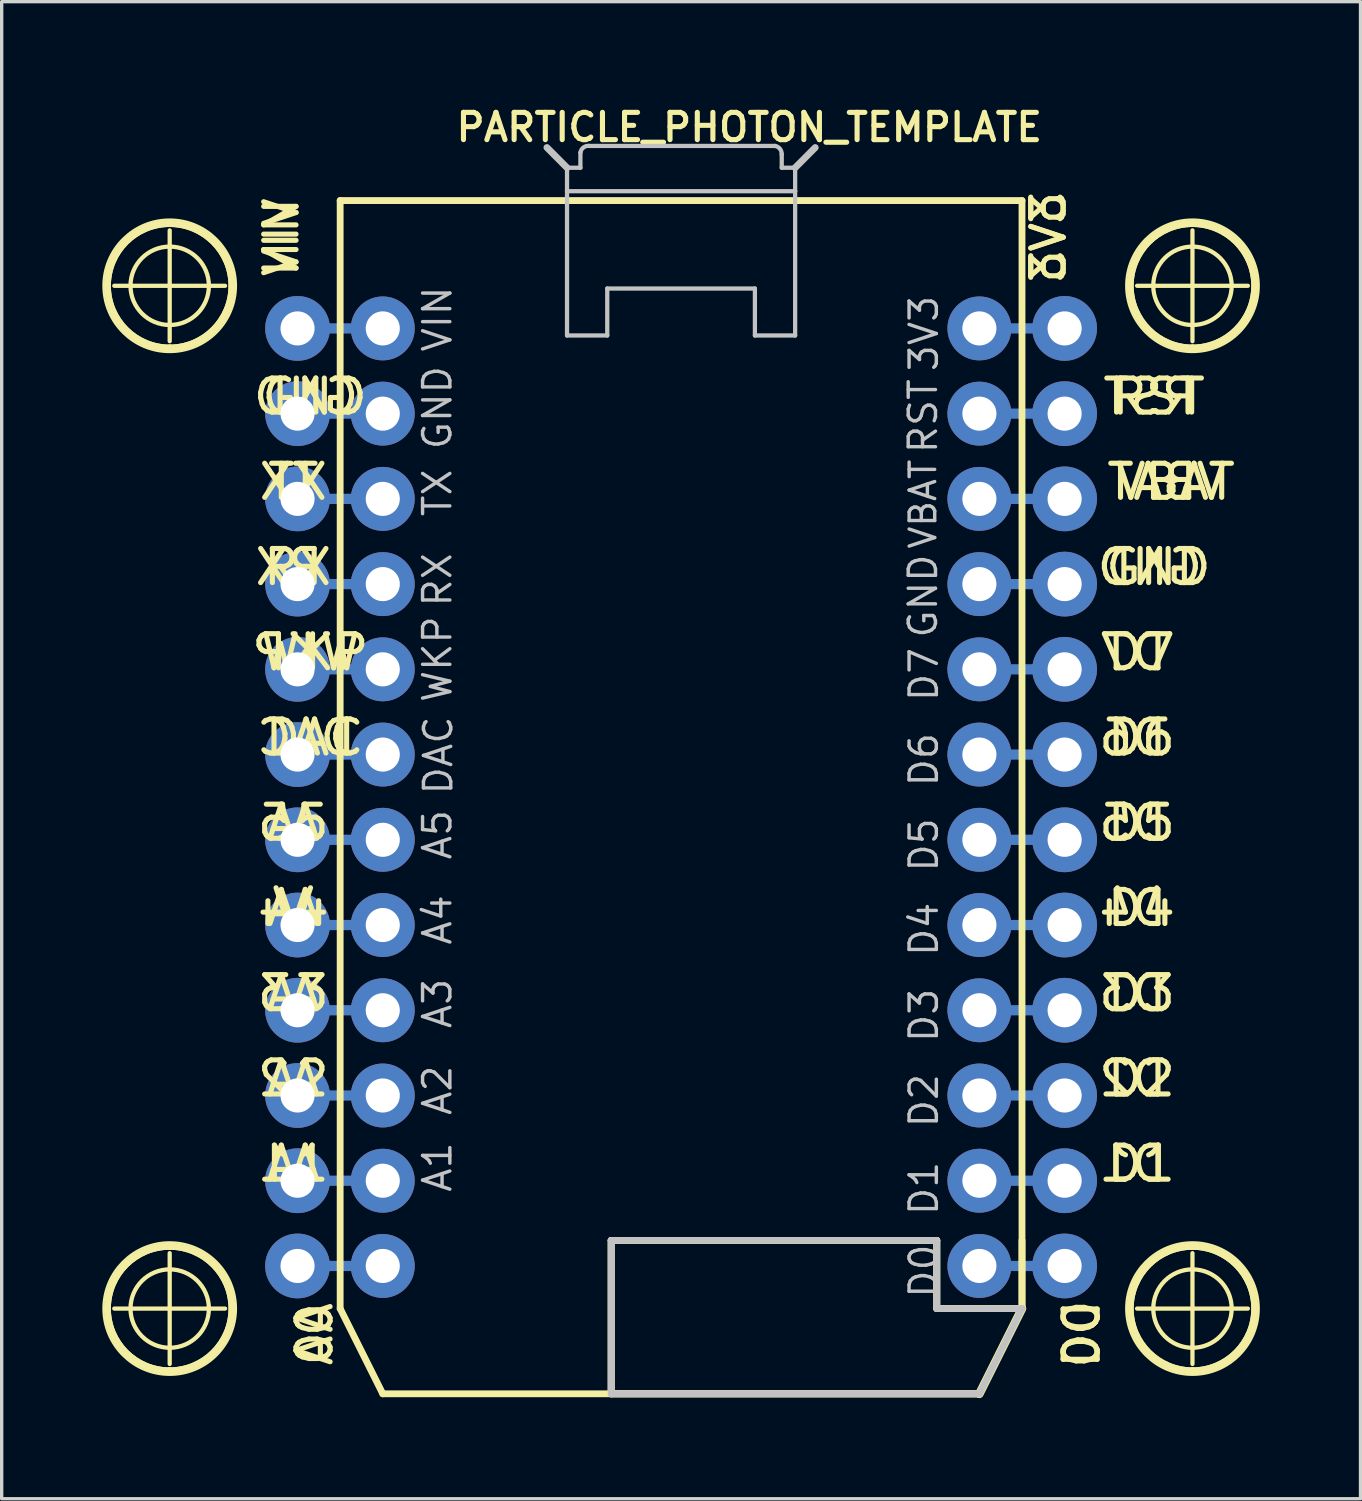
<source format=kicad_pcb>
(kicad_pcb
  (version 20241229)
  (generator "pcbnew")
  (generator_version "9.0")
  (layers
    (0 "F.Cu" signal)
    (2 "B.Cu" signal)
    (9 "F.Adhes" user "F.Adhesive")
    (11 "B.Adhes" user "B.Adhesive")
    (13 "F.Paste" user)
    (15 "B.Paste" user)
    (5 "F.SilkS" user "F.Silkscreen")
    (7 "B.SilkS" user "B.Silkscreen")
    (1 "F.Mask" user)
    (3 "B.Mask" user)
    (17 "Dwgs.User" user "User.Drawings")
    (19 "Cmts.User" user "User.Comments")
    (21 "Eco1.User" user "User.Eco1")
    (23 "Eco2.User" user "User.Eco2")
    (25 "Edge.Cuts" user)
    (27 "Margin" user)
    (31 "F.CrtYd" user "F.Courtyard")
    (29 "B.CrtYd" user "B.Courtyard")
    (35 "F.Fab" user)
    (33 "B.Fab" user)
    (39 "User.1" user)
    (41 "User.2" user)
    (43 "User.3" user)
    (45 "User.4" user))
  (footprint "PARTICLE_PHOTON_TEMPLATE"
    (layer "F.Cu")
    (at 17.247 20.707)
    (property "Reference" "PARTICLE_PHOTON_TEMPLATE" (at 2.032 -19.964 0) (layer "F.SilkS") (effects (font (size 0.813 0.813) (thickness 0.152))))
    (attr exclude_from_pos_files exclude_from_bom)
    (fp_line (start -11.43 -13.97) (end -8.89 -13.97) (stroke (width 0.305) (type solid)) (layer "B.Cu"))
    (fp_line (start -11.43 -8.89) (end -8.89 -8.89) (stroke (width 0.305) (type solid)) (layer "B.Cu"))
    (fp_line (start -11.43 -6.35) (end -8.89 -6.35) (stroke (width 0.305) (type solid)) (layer "B.Cu"))
    (fp_line (start -11.43 -3.81) (end -8.89 -3.81) (stroke (width 0.305) (type solid)) (layer "B.Cu"))
    (fp_line (start -11.43 -1.27) (end -8.89 -1.27) (stroke (width 0.305) (type solid)) (layer "B.Cu"))
    (fp_line (start -11.43 1.27) (end -8.89 1.27) (stroke (width 0.305) (type solid)) (layer "B.Cu"))
    (fp_line (start -11.43 3.81) (end -8.89 3.81) (stroke (width 0.305) (type solid)) (layer "B.Cu"))
    (fp_line (start -11.43 6.35) (end -8.89 6.35) (stroke (width 0.305) (type solid)) (layer "B.Cu"))
    (fp_line (start -11.43 8.89) (end -8.89 8.89) (stroke (width 0.305) (type solid)) (layer "B.Cu"))
    (fp_line (start -11.43 11.43) (end -8.89 11.43) (stroke (width 0.305) (type solid)) (layer "B.Cu"))
    (fp_line (start -11.43 13.97) (end -8.89 13.97) (stroke (width 0.305) (type solid)) (layer "B.Cu"))
    (fp_line (start -8.89 -11.43) (end -11.43 -11.43) (stroke (width 0.305) (type solid)) (layer "B.Cu"))
    (fp_line (start 8.89 -13.97) (end 11.43 -13.97) (stroke (width 0.305) (type solid)) (layer "B.Cu"))
    (fp_line (start 8.89 -11.43) (end 11.43 -11.43) (stroke (width 0.305) (type solid)) (layer "B.Cu"))
    (fp_line (start 8.89 -8.89) (end 11.43 -8.89) (stroke (width 0.305) (type solid)) (layer "B.Cu"))
    (fp_line (start 8.89 -6.35) (end 11.43 -6.35) (stroke (width 0.305) (type solid)) (layer "B.Cu"))
    (fp_line (start 8.89 -3.81) (end 11.43 -3.81) (stroke (width 0.305) (type solid)) (layer "B.Cu"))
    (fp_line (start 8.89 -1.27) (end 11.43 -1.27) (stroke (width 0.305) (type solid)) (layer "B.Cu"))
    (fp_line (start 8.89 1.27) (end 11.43 1.27) (stroke (width 0.305) (type solid)) (layer "B.Cu"))
    (fp_line (start 8.89 3.81) (end 11.43 3.81) (stroke (width 0.305) (type solid)) (layer "B.Cu"))
    (fp_line (start 8.89 6.35) (end 11.43 6.35) (stroke (width 0.305) (type solid)) (layer "B.Cu"))
    (fp_line (start 8.89 8.89) (end 11.43 8.89) (stroke (width 0.305) (type solid)) (layer "B.Cu"))
    (fp_line (start 8.89 11.43) (end 11.43 11.43) (stroke (width 0.305) (type solid)) (layer "B.Cu"))
    (fp_line (start 8.89 13.97) (end 11.43 13.97) (stroke (width 0.305) (type solid)) (layer "B.Cu"))
    (fp_line (start -16.891 -15.24) (end -13.589 -15.24) (stroke (width 0.127) (type solid)) (layer "F.SilkS"))
    (fp_line (start -16.891 15.24) (end -13.589 15.24) (stroke (width 0.127) (type solid)) (layer "F.SilkS"))
    (fp_line (start -15.24 -13.589) (end -15.24 -16.891) (stroke (width 0.127) (type solid)) (layer "F.SilkS"))
    (fp_line (start -15.24 16.891) (end -15.24 13.589) (stroke (width 0.127) (type solid)) (layer "F.SilkS"))
    (fp_line (start -10.16 -17.78) (end 10.16 -17.78) (stroke (width 0.203) (type solid)) (layer "F.SilkS"))
    (fp_line (start -10.16 15.24) (end -10.16 -17.78) (stroke (width 0.203) (type solid)) (layer "F.SilkS"))
    (fp_line (start -8.89 17.78) (end -10.16 15.24) (stroke (width 0.203) (type solid)) (layer "F.SilkS"))
    (fp_line (start -2.083 13.208) (end -2.083 17.78) (stroke (width 0.203) (type solid)) (layer "F.SilkS"))
    (fp_line (start -2.083 13.208) (end -2.083 17.78) (stroke (width 0.203) (type solid)) (layer "F.SilkS"))
    (fp_line (start -2.083 17.78) (end 8.89 17.78) (stroke (width 0.203) (type solid)) (layer "F.SilkS"))
    (fp_line (start -2.083 17.78) (end 8.89 17.78) (stroke (width 0.203) (type solid)) (layer "F.SilkS"))
    (fp_line (start 7.62 13.208) (end -2.083 13.208) (stroke (width 0.203) (type solid)) (layer "F.SilkS"))
    (fp_line (start 7.62 13.208) (end -2.083 13.208) (stroke (width 0.203) (type solid)) (layer "F.SilkS"))
    (fp_line (start 7.62 15.24) (end 7.62 13.208) (stroke (width 0.203) (type solid)) (layer "F.SilkS"))
    (fp_line (start 7.62 15.24) (end 7.62 13.208) (stroke (width 0.203) (type solid)) (layer "F.SilkS"))
    (fp_line (start 8.89 17.78) (end -8.89 17.78) (stroke (width 0.203) (type solid)) (layer "F.SilkS"))
    (fp_line (start 8.89 17.78) (end 10.16 15.24) (stroke (width 0.203) (type solid)) (layer "F.SilkS"))
    (fp_line (start 8.89 17.78) (end 10.16 15.24) (stroke (width 0.203) (type solid)) (layer "F.SilkS"))
    (fp_line (start 10.16 -17.78) (end 10.16 15.24) (stroke (width 0.203) (type solid)) (layer "F.SilkS"))
    (fp_line (start 10.16 13.208) (end 10.16 15.24) (stroke (width 0.203) (type solid)) (layer "F.SilkS"))
    (fp_line (start 10.16 15.24) (end 7.62 15.24) (stroke (width 0.203) (type solid)) (layer "F.SilkS"))
    (fp_line (start 10.16 15.24) (end 7.62 15.24) (stroke (width 0.203) (type solid)) (layer "F.SilkS"))
    (fp_line (start 10.16 15.24) (end 8.89 17.78) (stroke (width 0.254) (type solid)) (layer "F.SilkS"))
    (fp_line (start 13.589 -15.24) (end 16.891 -15.24) (stroke (width 0.127) (type solid)) (layer "F.SilkS"))
    (fp_line (start 13.589 15.24) (end 16.891 15.24) (stroke (width 0.127) (type solid)) (layer "F.SilkS"))
    (fp_line (start 15.24 -13.589) (end 15.24 -16.891) (stroke (width 0.127) (type solid)) (layer "F.SilkS"))
    (fp_line (start 15.24 16.891) (end 15.24 13.589) (stroke (width 0.127) (type solid)) (layer "F.SilkS"))
    (fp_arc (start -15.24 -17.0942) (mid -13.3858 -15.24) (end -15.24 -13.3858) (stroke (width 0.2032) (type solid)) (layer "F.SilkS"))
    (fp_arc (start -15.24 -17.0942) (mid -13.3858 -15.24) (end -15.24 -13.3858) (stroke (width 0.2032) (type solid)) (layer "F.SilkS"))
    (fp_arc (start -15.24 -13.3858) (mid -17.0942 -15.24) (end -15.24 -17.0942) (stroke (width 0.2032) (type solid)) (layer "F.SilkS"))
    (fp_arc (start -15.24 -13.3858) (mid -17.0942 -15.24) (end -15.24 -17.0942) (stroke (width 0.2032) (type solid)) (layer "F.SilkS"))
    (fp_arc (start -15.24 13.3858) (mid -13.3858 15.24) (end -15.24 17.0942) (stroke (width 0.2032) (type solid)) (layer "F.SilkS"))
    (fp_arc (start -15.24 13.3858) (mid -13.3858 15.24) (end -15.24 17.0942) (stroke (width 0.2032) (type solid)) (layer "F.SilkS"))
    (fp_arc (start -15.24 17.0942) (mid -17.0942 15.24) (end -15.24 13.3858) (stroke (width 0.2032) (type solid)) (layer "F.SilkS"))
    (fp_arc (start -15.24 17.0942) (mid -17.0942 15.24) (end -15.24 13.3858) (stroke (width 0.2032) (type solid)) (layer "F.SilkS"))
    (fp_arc (start 15.24 -17.0942) (mid 17.0942 -15.24) (end 15.24 -13.3858) (stroke (width 0.2032) (type solid)) (layer "F.SilkS"))
    (fp_arc (start 15.24 -17.0942) (mid 17.0942 -15.24) (end 15.24 -13.3858) (stroke (width 0.2032) (type solid)) (layer "F.SilkS"))
    (fp_arc (start 15.24 -13.3858) (mid 13.3858 -15.24) (end 15.24 -17.0942) (stroke (width 0.2032) (type solid)) (layer "F.SilkS"))
    (fp_arc (start 15.24 -13.3858) (mid 13.3858 -15.24) (end 15.24 -17.0942) (stroke (width 0.2032) (type solid)) (layer "F.SilkS"))
    (fp_arc (start 15.24 13.3858) (mid 17.0942 15.24) (end 15.24 17.0942) (stroke (width 0.2032) (type solid)) (layer "F.SilkS"))
    (fp_arc (start 15.24 13.3858) (mid 17.0942 15.24) (end 15.24 17.0942) (stroke (width 0.2032) (type solid)) (layer "F.SilkS"))
    (fp_arc (start 15.24 17.0942) (mid 13.3858 15.24) (end 15.24 13.3858) (stroke (width 0.2032) (type solid)) (layer "F.SilkS"))
    (fp_arc (start 15.24 17.0942) (mid 13.3858 15.24) (end 15.24 13.3858) (stroke (width 0.2032) (type solid)) (layer "F.SilkS"))
    (fp_circle (center -15.24 -15.24) (end -16.637 -16.637) (stroke (width 0.064) (type solid)) (fill no) (layer "F.SilkS"))
    (fp_circle (center -15.24 -15.24) (end -16.066 -16.066) (stroke (width 0.127) (type solid)) (fill no) (layer "F.SilkS"))
    (fp_circle (center -15.24 15.24) (end -16.637 16.637) (stroke (width 0.064) (type solid)) (fill no) (layer "F.SilkS"))
    (fp_circle (center -15.24 15.24) (end -16.066 16.066) (stroke (width 0.127) (type solid)) (fill no) (layer "F.SilkS"))
    (fp_circle (center 15.24 -15.24) (end 16.066 -16.066) (stroke (width 0.127) (type solid)) (fill no) (layer "F.SilkS"))
    (fp_circle (center 15.24 -15.24) (end 16.637 -16.637) (stroke (width 0.064) (type solid)) (fill no) (layer "F.SilkS"))
    (fp_circle (center 15.24 15.24) (end 16.066 16.066) (stroke (width 0.127) (type solid)) (fill no) (layer "F.SilkS"))
    (fp_circle (center 15.24 15.24) (end 16.637 16.637) (stroke (width 0.064) (type solid)) (fill no) (layer "F.SilkS"))
    (fp_line (start -3.399 -18.758) (end -3.998 -19.36) (stroke (width 0.203) (type solid)) (layer "Dwgs.User"))
    (fp_line (start -3.399 -18.059) (end -3.399 -18.758) (stroke (width 0.127) (type solid)) (layer "Dwgs.User"))
    (fp_line (start -3.399 -13.759) (end -3.399 -18.059) (stroke (width 0.127) (type solid)) (layer "Dwgs.User"))
    (fp_line (start -3.399 -13.759) (end -2.2 -13.759) (stroke (width 0.127) (type solid)) (layer "Dwgs.User"))
    (fp_line (start -3 -19.207) (end -3 -18.758) (stroke (width 0.127) (type solid)) (layer "Dwgs.User"))
    (fp_line (start -3 -18.758) (end -3.399 -18.758) (stroke (width 0.127) (type solid)) (layer "Dwgs.User"))
    (fp_line (start -2.2 -15.159) (end -2.2 -13.759) (stroke (width 0.127) (type solid)) (layer "Dwgs.User"))
    (fp_line (start -2.083 13.208) (end -2.083 17.78) (stroke (width 0.203) (type solid)) (layer "Dwgs.User"))
    (fp_line (start -2.083 17.78) (end 8.89 17.78) (stroke (width 0.203) (type solid)) (layer "Dwgs.User"))
    (fp_line (start 2.2 -15.159) (end -2.2 -15.159) (stroke (width 0.127) (type solid)) (layer "Dwgs.User"))
    (fp_line (start 2.2 -15.159) (end 2.2 -13.759) (stroke (width 0.127) (type solid)) (layer "Dwgs.User"))
    (fp_line (start 2.799 -19.408) (end -2.748 -19.408) (stroke (width 0.127) (type solid)) (layer "Dwgs.User"))
    (fp_line (start 3 -18.758) (end 3 -19.159) (stroke (width 0.127) (type solid)) (layer "Dwgs.User"))
    (fp_line (start 3.399 -18.758) (end 3 -18.758) (stroke (width 0.127) (type solid)) (layer "Dwgs.User"))
    (fp_line (start 3.399 -18.758) (end 3.399 -18.059) (stroke (width 0.127) (type solid)) (layer "Dwgs.User"))
    (fp_line (start 3.399 -18.758) (end 3.998 -19.36) (stroke (width 0.203) (type solid)) (layer "Dwgs.User"))
    (fp_line (start 3.399 -18.059) (end -3.399 -18.059) (stroke (width 0.127) (type solid)) (layer "Dwgs.User"))
    (fp_line (start 3.399 -18.059) (end 3.399 -13.759) (stroke (width 0.127) (type solid)) (layer "Dwgs.User"))
    (fp_line (start 3.399 -13.759) (end 2.2 -13.759) (stroke (width 0.127) (type solid)) (layer "Dwgs.User"))
    (fp_line (start 7.62 13.208) (end -2.083 13.208) (stroke (width 0.203) (type solid)) (layer "Dwgs.User"))
    (fp_line (start 7.62 15.24) (end 7.62 13.208) (stroke (width 0.203) (type solid)) (layer "Dwgs.User"))
    (fp_line (start 10.16 15.24) (end 7.62 15.24) (stroke (width 0.203) (type solid)) (layer "Dwgs.User"))
    (fp_line (start 10.16 15.24) (end 8.89 17.78) (stroke (width 0.203) (type solid)) (layer "Dwgs.User"))
    (fp_arc (start -2.99974 -19.20748) (mid -2.914465 -19.357069) (end -2.750764 -19.410461) (stroke (width 0.127) (type solid)) (layer "Dwgs.User"))
    (fp_arc (start 2.79908 -19.40814) (mid 2.946301 -19.321817) (end 2.997236 -19.158933) (stroke (width 0.127) (type solid)) (layer "Dwgs.User"))
    (fp_text user "DAC" (at -10.922 -1.778 0) (layer "F.SilkS") (effects (font (size 1.016 1.016) (thickness 0.152))))
    (fp_text user "D5" (at 13.462 0.762 0) (layer "F.SilkS") (effects (font (size 1.016 1.016) (thickness 0.152)) (justify mirror)))
    (fp_text user "A3" (at -11.43 5.842 0) (layer "F.SilkS") (effects (font (size 1.016 1.016) (thickness 0.152))))
    (fp_text user "GND" (at 13.97 -6.858 0) (layer "F.SilkS") (effects (font (size 1.016 1.016) (thickness 0.152)) (justify mirror)))
    (fp_text user "D4" (at 13.462 3.302 0) (layer "F.SilkS") (effects (font (size 1.016 1.016) (thickness 0.152)) (justify mirror)))
    (fp_text user "A4" (at -11.43 3.302 0) (layer "F.SilkS") (effects (font (size 1.016 1.016) (thickness 0.152))))
    (fp_text user "VIN" (at -11.913 -16.688 90) (layer "F.SilkS") (effects (font (size 0.965 0.965) (thickness 0.152)) (justify mirror)))
    (fp_text user "D4" (at 13.716 3.302 0) (layer "F.SilkS") (effects (font (size 1.016 1.016) (thickness 0.152))))
    (fp_text user "D5" (at 13.716 0.762 0) (layer "F.SilkS") (effects (font (size 1.016 1.016) (thickness 0.152))))
    (fp_text user "D3" (at 13.462 5.842 0) (layer "F.SilkS") (effects (font (size 1.016 1.016) (thickness 0.152)) (justify mirror)))
    (fp_text user "D7" (at 13.462 -4.318 0) (layer "F.SilkS") (effects (font (size 1.016 1.016) (thickness 0.152)) (justify mirror)))
    (fp_text user "D1" (at 13.462 10.922 0) (layer "F.SilkS") (effects (font (size 1.016 1.016) (thickness 0.152)) (justify mirror)))
    (fp_text user "D3" (at 13.716 5.842 0) (layer "F.SilkS") (effects (font (size 1.016 1.016) (thickness 0.152))))
    (fp_text user "D7" (at 13.716 -4.318 0) (layer "F.SilkS") (effects (font (size 1.016 1.016) (thickness 0.152))))
    (fp_text user "A3" (at -11.684 5.842 0) (layer "F.SilkS") (effects (font (size 1.016 1.016) (thickness 0.152)) (justify mirror)))
    (fp_text user "TX" (at -11.43 -9.398 0) (layer "F.SilkS") (effects (font (size 1.016 1.016) (thickness 0.152))))
    (fp_text user "A5" (at -11.684 0.762 0) (layer "F.SilkS") (effects (font (size 1.016 1.016) (thickness 0.152)) (justify mirror)))
    (fp_text user "TX" (at -11.684 -9.398 0) (layer "F.SilkS") (effects (font (size 1.016 1.016) (thickness 0.152)) (justify mirror)))
    (fp_text user "D2" (at 13.462 8.382 0) (layer "F.SilkS") (effects (font (size 1.016 1.016) (thickness 0.152)) (justify mirror)))
    (fp_text user "D0" (at 11.938 16.002 270) (layer "F.SilkS") (effects (font (size 1.016 1.016) (thickness 0.152))))
    (fp_text user "3V3" (at 10.947 -16.688 90) (layer "F.SilkS") (effects (font (size 0.965 0.965) (thickness 0.152)) (justify mirror)))
    (fp_text user "A4" (at -11.684 3.302 0) (layer "F.SilkS") (effects (font (size 1.016 1.016) (thickness 0.152)) (justify mirror)))
    (fp_text user "DAC" (at -11.176 -1.778 0) (layer "F.SilkS") (effects (font (size 1.016 1.016) (thickness 0.152)) (justify mirror)))
    (fp_text user "3V3" (at 10.947 -16.688 90) (layer "F.SilkS") (effects (font (size 0.965 0.965) (thickness 0.152))))
    (fp_text user "RST" (at 14.224 -11.938 0) (layer "F.SilkS") (effects (font (size 1.016 1.016) (thickness 0.152))))
    (fp_text user "VIN" (at -11.913 -16.688 90) (layer "F.SilkS") (effects (font (size 0.965 0.965) (thickness 0.152))))
    (fp_text user "A5" (at -11.43 0.762 0) (layer "F.SilkS") (effects (font (size 1.016 1.016) (thickness 0.152))))
    (fp_text user "D0" (at 11.938 16.002 270) (layer "F.SilkS") (effects (font (size 1.016 1.016) (thickness 0.152)) (justify mirror)))
    (fp_text user "A0" (at -10.922 16.002 270) (layer "F.SilkS") (effects (font (size 1.016 1.016) (thickness 0.152)) (justify mirror)))
    (fp_text user "D6" (at 13.716 -1.778 0) (layer "F.SilkS") (effects (font (size 1.016 1.016) (thickness 0.152))))
    (fp_text user "A1" (at -11.684 10.922 0) (layer "F.SilkS") (effects (font (size 1.016 1.016) (thickness 0.152)) (justify mirror)))
    (fp_text user "RX" (at -11.43 -6.858 0) (layer "F.SilkS") (effects (font (size 1.016 1.016) (thickness 0.152))))
    (fp_text user "A1" (at -11.43 10.922 0) (layer "F.SilkS") (effects (font (size 1.016 1.016) (thickness 0.152))))
    (fp_text user "RX" (at -11.684 -6.858 0) (layer "F.SilkS") (effects (font (size 1.016 1.016) (thickness 0.152)) (justify mirror)))
    (fp_text user "D6" (at 13.462 -1.778 0) (layer "F.SilkS") (effects (font (size 1.016 1.016) (thickness 0.152)) (justify mirror)))
    (fp_text user "A2" (at -11.43 8.382 0) (layer "F.SilkS") (effects (font (size 1.016 1.016) (thickness 0.152))))
    (fp_text user "VBAT" (at 14.475 -9.398 0) (layer "F.SilkS") (effects (font (size 1.016 1.016) (thickness 0.152)) (justify mirror)))
    (fp_text user "WKP" (at -11.176 -4.318 0) (layer "F.SilkS") (effects (font (size 1.016 1.016) (thickness 0.152)) (justify mirror)))
    (fp_text user "D1" (at 13.716 10.922 0) (layer "F.SilkS") (effects (font (size 1.016 1.016) (thickness 0.152))))
    (fp_text user "RST" (at 13.97 -11.938 0) (layer "F.SilkS") (effects (font (size 1.016 1.016) (thickness 0.152)) (justify mirror)))
    (fp_text user "A2" (at -11.684 8.382 0) (layer "F.SilkS") (effects (font (size 1.016 1.016) (thickness 0.152)) (justify mirror)))
    (fp_text user "GND" (at -11.176 -11.938 0) (layer "F.SilkS") (effects (font (size 1.016 1.016) (thickness 0.152)) (justify mirror)))
    (fp_text user "D2" (at 13.716 8.382 0) (layer "F.SilkS") (effects (font (size 1.016 1.016) (thickness 0.152))))
    (fp_text user "A0" (at -10.922 16.002 270) (layer "F.SilkS") (effects (font (size 1.016 1.016) (thickness 0.152))))
    (fp_text user "WKP" (at -10.922 -4.318 0) (layer "F.SilkS") (effects (font (size 1.016 1.016) (thickness 0.152))))
    (fp_text user "VBAT" (at 14.732 -9.398 0) (layer "F.SilkS") (effects (font (size 1.016 1.016) (thickness 0.152))))
    (fp_text user "GND" (at -10.922 -11.938 0) (layer "F.SilkS") (effects (font (size 1.016 1.016) (thickness 0.152))))
    (fp_text user "GND" (at 14.224 -6.858 0) (layer "F.SilkS") (effects (font (size 1.016 1.016) (thickness 0.152))))
    (fp_text user "VIN" (at -7.262 -14.249 90) (layer "Dwgs.User") (effects (font (size 0.813 0.813) (thickness 0.102))))
    (fp_text user "A1" (at -7.262 11.024 90) (layer "Dwgs.User") (effects (font (size 0.813 0.813) (thickness 0.102))))
    (fp_text user "D0" (at 7.236 14.122 270) (layer "Dwgs.User") (effects (font (size 0.813 0.813) (thickness 0.102))))
    (fp_text user "A2" (at -7.262 8.735 90) (layer "Dwgs.User") (effects (font (size 0.813 0.813) (thickness 0.102))))
    (fp_text user "DAC" (at -7.236 -1.245 90) (layer "Dwgs.User") (effects (font (size 0.813 0.813) (thickness 0.102))))
    (fp_text user "D6" (at 7.236 -1.118 270) (layer "Dwgs.User") (effects (font (size 0.813 0.813) (thickness 0.102))))
    (fp_text user "A4" (at -7.262 3.658 90) (layer "Dwgs.User") (effects (font (size 0.813 0.813) (thickness 0.102))))
    (fp_text user "D4" (at 7.236 3.937 270) (layer "Dwgs.User") (effects (font (size 0.813 0.813) (thickness 0.102))))
    (fp_text user "TX" (at -7.262 -9.068 90) (layer "Dwgs.User") (effects (font (size 0.813 0.813) (thickness 0.102))))
    (fp_text user "WKP" (at -7.262 -4.115 90) (layer "Dwgs.User") (effects (font (size 0.813 0.813) (thickness 0.102))))
    (fp_text user "D2" (at 7.236 9.042 270) (layer "Dwgs.User") (effects (font (size 0.813 0.813) (thickness 0.102))))
    (fp_text user "RST" (at 7.211 -11.354 270) (layer "Dwgs.User") (effects (font (size 0.813 0.813) (thickness 0.102))))
    (fp_text user "GND" (at 7.211 -5.994 270) (layer "Dwgs.User") (effects (font (size 0.813 0.813) (thickness 0.102))))
    (fp_text user "D3" (at 7.236 6.502 270) (layer "Dwgs.User") (effects (font (size 0.813 0.813) (thickness 0.102))))
    (fp_text user "D7" (at 7.236 -3.658 270) (layer "Dwgs.User") (effects (font (size 0.813 0.813) (thickness 0.102))))
    (fp_text user "RX" (at -7.262 -6.477 90) (layer "Dwgs.User") (effects (font (size 0.813 0.813) (thickness 0.102))))
    (fp_text user "VBAT" (at 7.211 -8.735 270) (layer "Dwgs.User") (effects (font (size 0.762 0.762) (thickness 0.102))))
    (fp_text user "D1" (at 7.236 11.659 270) (layer "Dwgs.User") (effects (font (size 0.813 0.813) (thickness 0.102))))
    (fp_text user "A5" (at -7.262 1.118 90) (layer "Dwgs.User") (effects (font (size 0.813 0.813) (thickness 0.102))))
    (fp_text user "3V3" (at 7.236 -13.818 270) (layer "Dwgs.User") (effects (font (size 0.813 0.813) (thickness 0.102))))
    (fp_text user "D5" (at 7.236 1.422 270) (layer "Dwgs.User") (effects (font (size 0.813 0.813) (thickness 0.102))))
    (fp_text user "GND" (at -7.262 -11.608 90) (layer "Dwgs.User") (effects (font (size 0.813 0.813) (thickness 0.102))))
    (fp_text user "A3" (at -7.262 6.147 90) (layer "Dwgs.User") (effects (font (size 0.813 0.813) (thickness 0.102))))
    (pad "1" thru_hole circle (at -8.89 -13.97) (size 1.905 1.905) (drill 1.016) (layers "*.Cu" "*.Paste" "*.Mask"))
    (pad "2" thru_hole circle (at -8.89 -11.43) (size 1.905 1.905) (drill 1.016) (layers "*.Cu" "*.Paste" "*.Mask"))
    (pad "3" thru_hole circle (at -8.89 -8.89) (size 1.905 1.905) (drill 1.016) (layers "*.Cu" "*.Paste" "*.Mask"))
    (pad "3V3" thru_hole circle (at 11.43 -13.97) (size 1.93 1.93) (drill 1.016) (layers "*.Cu" "*.Paste" "*.Mask"))
    (pad "4" thru_hole circle (at -8.89 -6.35) (size 1.905 1.905) (drill 1.016) (layers "*.Cu" "*.Paste" "*.Mask"))
    (pad "5" thru_hole circle (at -8.89 -3.81) (size 1.905 1.905) (drill 1.016) (layers "*.Cu" "*.Paste" "*.Mask"))
    (pad "6" thru_hole circle (at -8.89 -1.27) (size 1.905 1.905) (drill 1.016) (layers "*.Cu" "*.Paste" "*.Mask"))
    (pad "7" thru_hole circle (at -8.89 1.27) (size 1.905 1.905) (drill 1.016) (layers "*.Cu" "*.Paste" "*.Mask"))
    (pad "8" thru_hole circle (at -8.89 3.81) (size 1.905 1.905) (drill 1.016) (layers "*.Cu" "*.Paste" "*.Mask"))
    (pad "9" thru_hole circle (at -8.89 6.35) (size 1.905 1.905) (drill 1.016) (layers "*.Cu" "*.Paste" "*.Mask"))
    (pad "10" thru_hole circle (at -8.89 8.89) (size 1.905 1.905) (drill 1.016) (layers "*.Cu" "*.Paste" "*.Mask"))
    (pad "11" thru_hole circle (at -8.89 11.43) (size 1.905 1.905) (drill 1.016) (layers "*.Cu" "*.Paste" "*.Mask"))
    (pad "12" thru_hole circle (at -8.89 13.97) (size 1.905 1.905) (drill 1.016) (layers "*.Cu" "*.Paste" "*.Mask"))
    (pad "13" thru_hole circle (at 8.89 13.97) (size 1.905 1.905) (drill 1.016) (layers "*.Cu" "*.Paste" "*.Mask"))
    (pad "14" thru_hole circle (at 8.89 11.43) (size 1.905 1.905) (drill 1.016) (layers "*.Cu" "*.Paste" "*.Mask"))
    (pad "15" thru_hole circle (at 8.89 8.89) (size 1.905 1.905) (drill 1.016) (layers "*.Cu" "*.Paste" "*.Mask"))
    (pad "16" thru_hole circle (at 8.89 6.35) (size 1.905 1.905) (drill 1.016) (layers "*.Cu" "*.Paste" "*.Mask"))
    (pad "17" thru_hole circle (at 8.89 3.81) (size 1.905 1.905) (drill 1.016) (layers "*.Cu" "*.Paste" "*.Mask"))
    (pad "18" thru_hole circle (at 8.89 1.27) (size 1.905 1.905) (drill 1.016) (layers "*.Cu" "*.Paste" "*.Mask"))
    (pad "19" thru_hole circle (at 8.89 -1.27) (size 1.905 1.905) (drill 1.016) (layers "*.Cu" "*.Paste" "*.Mask"))
    (pad "20" thru_hole circle (at 8.89 -3.81) (size 1.905 1.905) (drill 1.016) (layers "*.Cu" "*.Paste" "*.Mask"))
    (pad "21" thru_hole circle (at 8.89 -6.35) (size 1.905 1.905) (drill 1.016) (layers "*.Cu" "*.Paste" "*.Mask"))
    (pad "22" thru_hole circle (at 8.89 -8.89) (size 1.905 1.905) (drill 1.016) (layers "*.Cu" "*.Paste" "*.Mask"))
    (pad "23" thru_hole circle (at 8.89 -11.43) (size 1.905 1.905) (drill 1.016) (layers "*.Cu" "*.Paste" "*.Mask"))
    (pad "24" thru_hole circle (at 8.89 -13.97) (size 1.905 1.905) (drill 1.016) (layers "*.Cu" "*.Paste" "*.Mask"))
    (pad "A0" thru_hole circle (at -11.43 13.97) (size 1.93 1.93) (drill 1.016) (layers "*.Cu" "*.Paste" "*.Mask"))
    (pad "A1" thru_hole circle (at -11.43 11.43) (size 1.93 1.93) (drill 1.016) (layers "*.Cu" "*.Paste" "*.Mask"))
    (pad "A2" thru_hole circle (at -11.43 8.89) (size 1.93 1.93) (drill 1.016) (layers "*.Cu" "*.Paste" "*.Mask"))
    (pad "A3" thru_hole circle (at -11.43 6.35) (size 1.93 1.93) (drill 1.016) (layers "*.Cu" "*.Paste" "*.Mask"))
    (pad "A4" thru_hole circle (at -11.43 3.81) (size 1.93 1.93) (drill 1.016) (layers "*.Cu" "*.Paste" "*.Mask"))
    (pad "A5" thru_hole circle (at -11.43 1.27) (size 1.93 1.93) (drill 1.016) (layers "*.Cu" "*.Paste" "*.Mask"))
    (pad "D0" thru_hole circle (at 11.43 13.97) (size 1.93 1.93) (drill 1.016) (layers "*.Cu" "*.Paste" "*.Mask"))
    (pad "D1" thru_hole circle (at 11.43 11.43) (size 1.93 1.93) (drill 1.016) (layers "*.Cu" "*.Paste" "*.Mask"))
    (pad "D2" thru_hole circle (at 11.43 8.89) (size 1.93 1.93) (drill 1.016) (layers "*.Cu" "*.Paste" "*.Mask"))
    (pad "D3" thru_hole circle (at 11.43 6.35) (size 1.93 1.93) (drill 1.016) (layers "*.Cu" "*.Paste" "*.Mask"))
    (pad "D4" thru_hole circle (at 11.43 3.81) (size 1.93 1.93) (drill 1.016) (layers "*.Cu" "*.Paste" "*.Mask"))
    (pad "D5" thru_hole circle (at 11.43 1.27) (size 1.93 1.93) (drill 1.016) (layers "*.Cu" "*.Paste" "*.Mask"))
    (pad "D6" thru_hole circle (at 11.43 -1.27) (size 1.93 1.93) (drill 1.016) (layers "*.Cu" "*.Paste" "*.Mask"))
    (pad "D7" thru_hole circle (at 11.43 -3.81) (size 1.93 1.93) (drill 1.016) (layers "*.Cu" "*.Paste" "*.Mask"))
    (pad "DAC" thru_hole circle (at -11.43 -1.27) (size 1.93 1.93) (drill 1.016) (layers "*.Cu" "*.Paste" "*.Mask"))
    (pad "GND@" thru_hole circle (at -11.43 -11.43) (size 1.93 1.93) (drill 1.016) (layers "*.Cu" "*.Paste" "*.Mask"))
    (pad "GND@" thru_hole circle (at 11.43 -6.35) (size 1.93 1.93) (drill 1.016) (layers "*.Cu" "*.Paste" "*.Mask"))
    (pad "RST" thru_hole circle (at 11.43 -11.43) (size 1.93 1.93) (drill 1.016) (layers "*.Cu" "*.Paste" "*.Mask"))
    (pad "RX" thru_hole circle (at -11.43 -6.35) (size 1.93 1.93) (drill 1.016) (layers "*.Cu" "*.Paste" "*.Mask"))
    (pad "TX" thru_hole circle (at -11.43 -8.89) (size 1.93 1.93) (drill 1.016) (layers "*.Cu" "*.Paste" "*.Mask"))
    (pad "VBAT" thru_hole circle (at 11.43 -8.89) (size 1.93 1.93) (drill 1.016) (layers "*.Cu" "*.Paste" "*.Mask"))
    (pad "VIN" thru_hole circle (at -11.43 -13.97) (size 1.93 1.93) (drill 1.016) (layers "*.Cu" "*.Paste" "*.Mask"))
    (pad "WKP" thru_hole circle (at -11.43 -3.81) (size 1.93 1.93) (drill 1.016) (layers "*.Cu" "*.Paste" "*.Mask")))
  (gr_rect
    (start -3 -3)
    (end 37.495 41.614)
    (stroke (width 0.1) (type default))
    (fill no)
    (layer "Edge.Cuts")))
</source>
